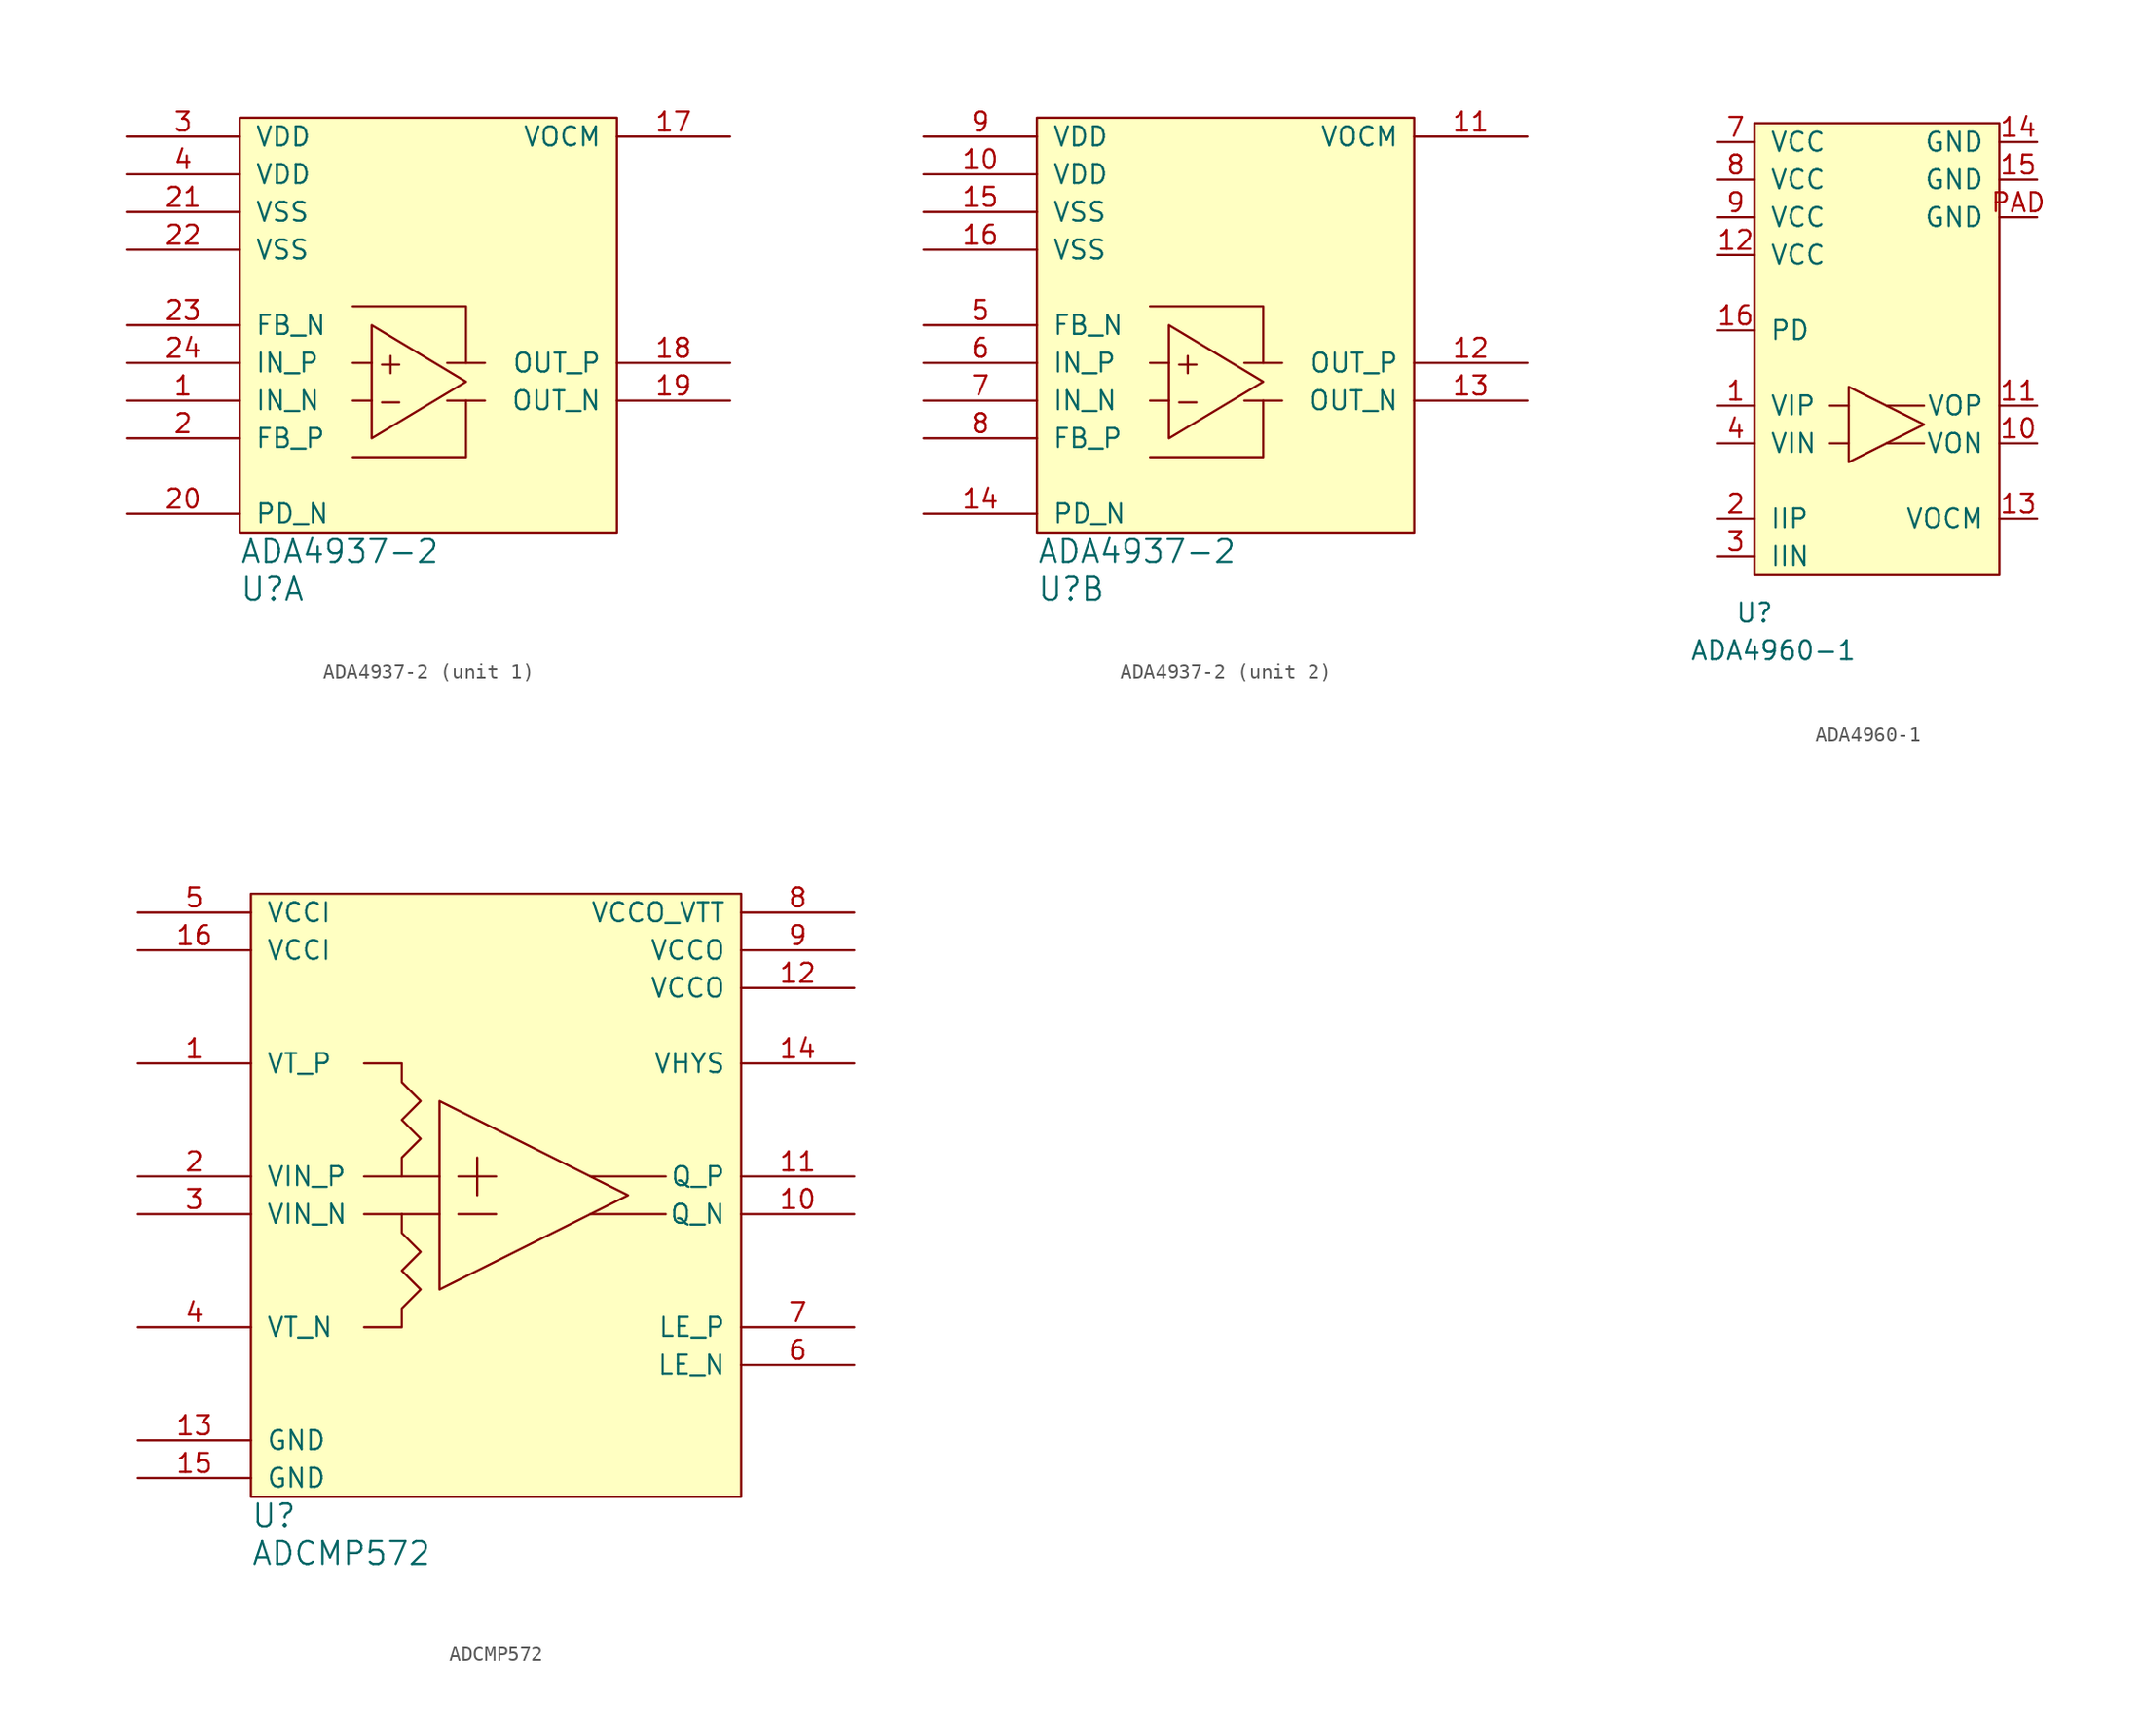
<source format=kicad_sym>
(kicad_symbol_lib
  (version 20211014)
  (generator kicad_symbol_editor)
  (symbol "ADA4937-2"
    (pin_names
      (offset 1.016))
    (property "Reference" "U"
      (at 0 -3.81 0)
      (effects (font (size 1.524 1.524)) (justify left)))
    (property "Value" "ADA4937-2"
      (at 0 -1.27 0)
      (effects (font (size 1.524 1.524)) (justify left)))
    (property "Footprint" ""
      (at 0 0 0)
      (effects (font (size 1.524 1.524))))
    (property "Datasheet" ""
      (at 0 0 0)
      (effects (font (size 1.524 1.524))))
    (symbol "ADA4937-2_0_0"
      (polyline (pts (xy 8.89 8.89) (xy 7.62 8.89)) (stroke (width 0) (type default) (color 0 0 0 0)) (fill (type none)))
      (polyline (pts (xy 8.89 11.43) (xy 7.62 11.43)) (stroke (width 0) (type default) (color 0 0 0 0)) (fill (type none)))
      (polyline (pts (xy 15.24 8.89) (xy 15.24 5.08) (xy 7.62 5.08)) (stroke (width 0) (type default) (color 0 0 0 0)) (fill (type none)))
      (polyline (pts (xy 15.24 11.43) (xy 15.24 15.24) (xy 7.62 15.24)) (stroke (width 0) (type default) (color 0 0 0 0)) (fill (type none)))
      (text "+" (at 10.16 11.43 0) (effects (font (size 1.524 1.524))))
      (text "-" (at 10.16 8.89 0) (effects (font (size 1.524 1.524)))))
    (symbol "ADA4937-2_0_1"
      (polyline (pts (xy 13.97 8.89) (xy 16.51 8.89)) (stroke (width 0) (type default) (color 0 0 0 0)) (fill (type none)))
      (polyline (pts (xy 13.97 11.43) (xy 16.51 11.43)) (stroke (width 0) (type default) (color 0 0 0 0)) (fill (type none)))
      (polyline (pts (xy 8.89 13.97) (xy 8.89 6.35) (xy 15.24 10.16) (xy 8.89 13.97)) (stroke (width 0) (type default) (color 0 0 0 0)) (fill (type none)))
      (rectangle (start 0 27.94) (end 25.4 0) (stroke (width 0) (type default) (color 0 0 0 0)) (fill (type background))))
    (symbol "ADA4937-2_1_1"
      (pin input line (at -7.62 8.89 0) (length 7.62) (name "IN_N" (effects (font (size 1.27 1.27)))) (number "1" (effects (font (size 1.27 1.27)))))
      (pin input line (at 33.02 26.67 180) (length 7.62) (name "VOCM" (effects (font (size 1.27 1.27)))) (number "17" (effects (font (size 1.27 1.27)))))
      (pin output line (at 33.02 11.43 180) (length 7.62) (name "OUT_P" (effects (font (size 1.27 1.27)))) (number "18" (effects (font (size 1.27 1.27)))))
      (pin output line (at 33.02 8.89 180) (length 7.62) (name "OUT_N" (effects (font (size 1.27 1.27)))) (number "19" (effects (font (size 1.27 1.27)))))
      (pin output line (at -7.62 6.35 0) (length 7.62) (name "FB_P" (effects (font (size 1.27 1.27)))) (number "2" (effects (font (size 1.27 1.27)))))
      (pin input line (at -7.62 1.27 0) (length 7.62) (name "PD_N" (effects (font (size 1.27 1.27)))) (number "20" (effects (font (size 1.27 1.27)))))
      (pin power_in line (at -7.62 21.59 0) (length 7.62) (name "VSS" (effects (font (size 1.27 1.27)))) (number "21" (effects (font (size 1.27 1.27)))))
      (pin power_in line (at -7.62 19.05 0) (length 7.62) (name "VSS" (effects (font (size 1.27 1.27)))) (number "22" (effects (font (size 1.27 1.27)))))
      (pin output line (at -7.62 13.97 0) (length 7.62) (name "FB_N" (effects (font (size 1.27 1.27)))) (number "23" (effects (font (size 1.27 1.27)))))
      (pin input line (at -7.62 11.43 0) (length 7.62) (name "IN_P" (effects (font (size 1.27 1.27)))) (number "24" (effects (font (size 1.27 1.27)))))
      (pin power_in line (at -7.62 26.67 0) (length 7.62) (name "VDD" (effects (font (size 1.27 1.27)))) (number "3" (effects (font (size 1.27 1.27)))))
      (pin power_in line (at -7.62 24.13 0) (length 7.62) (name "VDD" (effects (font (size 1.27 1.27)))) (number "4" (effects (font (size 1.27 1.27))))))
    (symbol "ADA4937-2_2_1"
      (pin power_in line (at -7.62 24.13 0) (length 7.62) (name "VDD" (effects (font (size 1.27 1.27)))) (number "10" (effects (font (size 1.27 1.27)))))
      (pin input line (at 33.02 26.67 180) (length 7.62) (name "VOCM" (effects (font (size 1.27 1.27)))) (number "11" (effects (font (size 1.27 1.27)))))
      (pin output line (at 33.02 11.43 180) (length 7.62) (name "OUT_P" (effects (font (size 1.27 1.27)))) (number "12" (effects (font (size 1.27 1.27)))))
      (pin output line (at 33.02 8.89 180) (length 7.62) (name "OUT_N" (effects (font (size 1.27 1.27)))) (number "13" (effects (font (size 1.27 1.27)))))
      (pin input line (at -7.62 1.27 0) (length 7.62) (name "PD_N" (effects (font (size 1.27 1.27)))) (number "14" (effects (font (size 1.27 1.27)))))
      (pin power_in line (at -7.62 21.59 0) (length 7.62) (name "VSS" (effects (font (size 1.27 1.27)))) (number "15" (effects (font (size 1.27 1.27)))))
      (pin power_in line (at -7.62 19.05 0) (length 7.62) (name "VSS" (effects (font (size 1.27 1.27)))) (number "16" (effects (font (size 1.27 1.27)))))
      (pin output line (at -7.62 13.97 0) (length 7.62) (name "FB_N" (effects (font (size 1.27 1.27)))) (number "5" (effects (font (size 1.27 1.27)))))
      (pin input line (at -7.62 11.43 0) (length 7.62) (name "IN_P" (effects (font (size 1.27 1.27)))) (number "6" (effects (font (size 1.27 1.27)))))
      (pin input line (at -7.62 8.89 0) (length 7.62) (name "IN_N" (effects (font (size 1.27 1.27)))) (number "7" (effects (font (size 1.27 1.27)))))
      (pin output line (at -7.62 6.35 0) (length 7.62) (name "FB_P" (effects (font (size 1.27 1.27)))) (number "8" (effects (font (size 1.27 1.27)))))
      (pin power_in line (at -7.62 26.67 0) (length 7.62) (name "VDD" (effects (font (size 1.27 1.27)))) (number "9" (effects (font (size 1.27 1.27)))))))
  (symbol "ADA4960-1"
    (pin_names
      (offset 1.016))
    (property "Reference" "U"
      (at 0 -2.54 0)
      (effects (font (size 1.27 1.27))))
    (property "Value" "ADA4960-1"
      (at 1.27 -5.08 0)
      (effects (font (size 1.27 1.27))))
    (symbol "ADA4960-1_0_1"
      (polyline (pts (xy 6.35 8.89) (xy 5.08 8.89)) (stroke (width 0) (type default) (color 0 0 0 0)) (fill (type none)))
      (polyline (pts (xy 6.35 11.43) (xy 5.08 11.43)) (stroke (width 0) (type default) (color 0 0 0 0)) (fill (type none)))
      (polyline (pts (xy 8.89 8.89) (xy 11.43 8.89)) (stroke (width 0) (type default) (color 0 0 0 0)) (fill (type none)))
      (polyline (pts (xy 8.89 11.43) (xy 11.43 11.43)) (stroke (width 0) (type default) (color 0 0 0 0)) (fill (type none)))
      (polyline (pts (xy 6.35 12.7) (xy 11.43 10.16) (xy 6.35 7.62) (xy 6.35 12.7)) (stroke (width 0) (type default) (color 0 0 0 0)) (fill (type none)))
      (rectangle (start 0 30.48) (end 16.51 0) (stroke (width 0) (type default) (color 0 0 0 0)) (fill (type background))))
    (symbol "ADA4960-1_1_1"
      (pin input line (at -2.54 11.43 0) (length 2.54) (name "VIP" (effects (font (size 1.27 1.27)))) (number "1" (effects (font (size 1.27 1.27)))))
      (pin output line (at 19.05 8.89 180) (length 2.54) (name "VON" (effects (font (size 1.27 1.27)))) (number "10" (effects (font (size 1.27 1.27)))))
      (pin output line (at 19.05 11.43 180) (length 2.54) (name "VOP" (effects (font (size 1.27 1.27)))) (number "11" (effects (font (size 1.27 1.27)))))
      (pin power_in line (at -2.54 21.59 0) (length 2.54) (name "VCC" (effects (font (size 1.27 1.27)))) (number "12" (effects (font (size 1.27 1.27)))))
      (pin passive line (at 19.05 3.81 180) (length 2.54) (name "VOCM" (effects (font (size 1.27 1.27)))) (number "13" (effects (font (size 1.27 1.27)))))
      (pin power_in line (at 19.05 29.21 180) (length 2.54) (name "GND" (effects (font (size 1.27 1.27)))) (number "14" (effects (font (size 1.27 1.27)))))
      (pin power_in line (at 19.05 26.67 180) (length 2.54) (name "GND" (effects (font (size 1.27 1.27)))) (number "15" (effects (font (size 1.27 1.27)))))
      (pin input line (at -2.54 16.51 0) (length 2.54) (name "PD" (effects (font (size 1.27 1.27)))) (number "16" (effects (font (size 1.27 1.27)))))
      (pin passive line (at -2.54 3.81 0) (length 2.54) (name "IIP" (effects (font (size 1.27 1.27)))) (number "2" (effects (font (size 1.27 1.27)))))
      (pin passive line (at -2.54 1.27 0) (length 2.54) (name "IIN" (effects (font (size 1.27 1.27)))) (number "3" (effects (font (size 1.27 1.27)))))
      (pin input line (at -2.54 8.89 0) (length 2.54) (name "VIN" (effects (font (size 1.27 1.27)))) (number "4" (effects (font (size 1.27 1.27)))))
      (pin power_in line (at -2.54 29.21 0) (length 2.54) (name "VCC" (effects (font (size 1.27 1.27)))) (number "7" (effects (font (size 1.27 1.27)))))
      (pin power_in line (at -2.54 26.67 0) (length 2.54) (name "VCC" (effects (font (size 1.27 1.27)))) (number "8" (effects (font (size 1.27 1.27)))))
      (pin power_in line (at -2.54 24.13 0) (length 2.54) (name "VCC" (effects (font (size 1.27 1.27)))) (number "9" (effects (font (size 1.27 1.27)))))
      (pin power_in line (at 19.05 24.13 180) (length 2.54) (name "GND" (effects (font (size 1.27 1.27)))) (number "PAD" (effects (font (size 1.27 1.27)))))))
  (symbol "ADCMP572"
    (pin_names
      (offset 1.016))
    (property "Reference" "U"
      (at 0 -2.54 0)
      (effects (font (size 1.524 1.524)) (justify left)))
    (property "Value" "ADCMP572"
      (at 0 -5.08 0)
      (effects (font (size 1.524 1.524)) (justify left)))
    (symbol "ADCMP572_0_1"
      (polyline (pts (xy 10.16 17.78) (xy 7.62 17.78)) (stroke (width 0) (type default) (color 0 0 0 0)) (fill (type none)))
      (polyline (pts (xy 10.16 17.78) (xy 12.7 17.78)) (stroke (width 0) (type default) (color 0 0 0 0)) (fill (type none)))
      (polyline (pts (xy 10.16 20.32) (xy 7.62 20.32)) (stroke (width 0) (type default) (color 0 0 0 0)) (fill (type none)))
      (polyline (pts (xy 10.16 20.32) (xy 12.7 20.32)) (stroke (width 0) (type default) (color 0 0 0 0)) (fill (type none)))
      (polyline (pts (xy 13.97 17.78) (xy 16.51 17.78)) (stroke (width 0) (type default) (color 0 0 0 0)) (fill (type none)))
      (polyline (pts (xy 13.97 20.32) (xy 16.51 20.32)) (stroke (width 0) (type default) (color 0 0 0 0)) (fill (type none)))
      (polyline (pts (xy 15.24 21.59) (xy 15.24 19.05)) (stroke (width 0) (type default) (color 0 0 0 0)) (fill (type none)))
      (polyline (pts (xy 22.86 17.78) (xy 27.94 17.78)) (stroke (width 0) (type default) (color 0 0 0 0)) (fill (type none)))
      (polyline (pts (xy 22.86 20.32) (xy 27.94 20.32)) (stroke (width 0) (type default) (color 0 0 0 0)) (fill (type none)))
      (polyline (pts (xy 12.7 25.4) (xy 25.4 19.05) (xy 12.7 12.7) (xy 12.7 25.4)) (stroke (width 0) (type default) (color 0 0 0 0)) (fill (type none)))
      (polyline (pts (xy 10.16 17.78) (xy 10.16 16.51) (xy 11.43 15.24) (xy 10.16 13.97) (xy 11.43 12.7) (xy 10.16 11.43) (xy 10.16 10.16) (xy 7.62 10.16)) (stroke (width 0) (type default) (color 0 0 0 0)) (fill (type none)))
      (polyline (pts (xy 10.16 20.32) (xy 10.16 21.59) (xy 11.43 22.86) (xy 10.16 24.13) (xy 11.43 25.4) (xy 10.16 26.67) (xy 10.16 27.94) (xy 7.62 27.94)) (stroke (width 0) (type default) (color 0 0 0 0)) (fill (type none)))
      (rectangle (start 0 39.37) (end 33.02 -1.27) (stroke (width 0) (type default) (color 0 0 0 0)) (fill (type background))))
    (symbol "ADCMP572_1_1"
      (pin passive line (at -7.62 27.94 0) (length 7.62) (name "VT_P" (effects (font (size 1.27 1.27)))) (number "1" (effects (font (size 1.27 1.27)))))
      (pin output line (at 40.64 17.78 180) (length 7.62) (name "Q_N" (effects (font (size 1.27 1.27)))) (number "10" (effects (font (size 1.27 1.27)))))
      (pin output line (at 40.64 20.32 180) (length 7.62) (name "Q_P" (effects (font (size 1.27 1.27)))) (number "11" (effects (font (size 1.27 1.27)))))
      (pin power_in line (at 40.64 33.02 180) (length 7.62) (name "VCCO" (effects (font (size 1.27 1.27)))) (number "12" (effects (font (size 1.27 1.27)))))
      (pin power_in line (at -7.62 2.54 0) (length 7.62) (name "GND" (effects (font (size 1.27 1.27)))) (number "13" (effects (font (size 1.27 1.27)))))
      (pin passive line (at 40.64 27.94 180) (length 7.62) (name "VHYS" (effects (font (size 1.27 1.27)))) (number "14" (effects (font (size 1.27 1.27)))))
      (pin power_in line (at -7.62 0 0) (length 7.62) (name "GND" (effects (font (size 1.27 1.27)))) (number "15" (effects (font (size 1.27 1.27)))))
      (pin power_in line (at -7.62 35.56 0) (length 7.62) (name "VCCI" (effects (font (size 1.27 1.27)))) (number "16" (effects (font (size 1.27 1.27)))))
      (pin input line (at -7.62 20.32 0) (length 7.62) (name "VIN_P" (effects (font (size 1.27 1.27)))) (number "2" (effects (font (size 1.27 1.27)))))
      (pin input line (at -7.62 17.78 0) (length 7.62) (name "VIN_N" (effects (font (size 1.27 1.27)))) (number "3" (effects (font (size 1.27 1.27)))))
      (pin passive line (at -7.62 10.16 0) (length 7.62) (name "VT_N" (effects (font (size 1.27 1.27)))) (number "4" (effects (font (size 1.27 1.27)))))
      (pin power_in line (at -7.62 38.1 0) (length 7.62) (name "VCCI" (effects (font (size 1.27 1.27)))) (number "5" (effects (font (size 1.27 1.27)))))
      (pin input line (at 40.64 7.62 180) (length 7.62) (name "LE_N" (effects (font (size 1.27 1.27)))) (number "6" (effects (font (size 1.27 1.27)))))
      (pin input line (at 40.64 10.16 180) (length 7.62) (name "LE_P" (effects (font (size 1.27 1.27)))) (number "7" (effects (font (size 1.27 1.27)))))
      (pin power_in line (at 40.64 38.1 180) (length 7.62) (name "VCCO_VTT" (effects (font (size 1.27 1.27)))) (number "8" (effects (font (size 1.27 1.27)))))
      (pin power_in line (at 40.64 35.56 180) (length 7.62) (name "VCCO" (effects (font (size 1.27 1.27)))) (number "9" (effects (font (size 1.27 1.27))))))))
</source>
